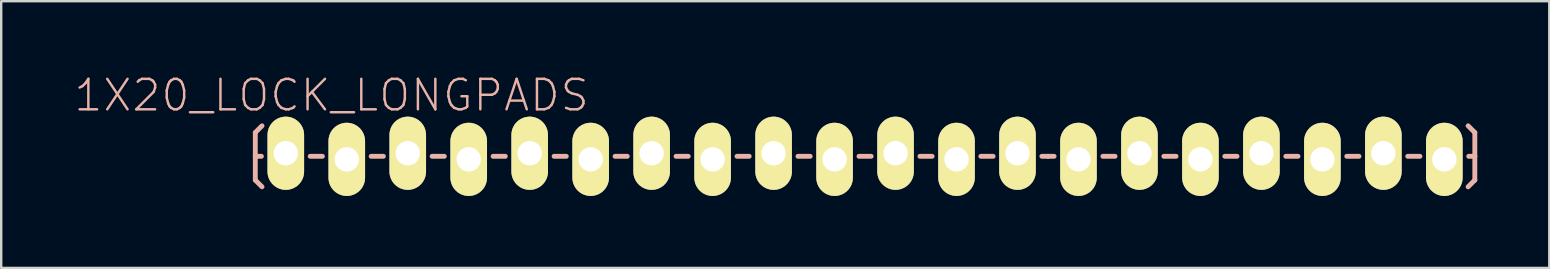
<source format=kicad_pcb>
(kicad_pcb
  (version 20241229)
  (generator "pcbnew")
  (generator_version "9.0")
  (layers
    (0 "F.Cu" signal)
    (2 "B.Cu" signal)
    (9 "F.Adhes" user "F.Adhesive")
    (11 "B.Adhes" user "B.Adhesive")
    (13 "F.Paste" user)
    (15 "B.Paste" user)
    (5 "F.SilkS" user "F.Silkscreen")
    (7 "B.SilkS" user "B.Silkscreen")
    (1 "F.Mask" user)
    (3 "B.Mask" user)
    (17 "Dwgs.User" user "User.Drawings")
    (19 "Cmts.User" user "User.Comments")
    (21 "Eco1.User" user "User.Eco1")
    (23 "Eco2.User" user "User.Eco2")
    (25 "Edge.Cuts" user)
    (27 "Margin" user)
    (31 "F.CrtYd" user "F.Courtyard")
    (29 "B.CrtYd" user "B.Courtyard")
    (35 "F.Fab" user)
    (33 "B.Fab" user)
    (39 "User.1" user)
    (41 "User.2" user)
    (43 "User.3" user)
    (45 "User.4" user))
  (footprint "1X20_LOCK_LONGPADS"
    (layer "F.Cu")
    (at 8.855 3.461)
    (property "Reference" "1X20_LOCK_LONGPADS" (at 1.905 -2.54 0) (layer "B.SilkS") (effects (font (size 1.27 1.27) (thickness 0.102))))
    (attr exclude_from_pos_files exclude_from_bom)
    (fp_line (start -0.292 -0.292) (end 0.292 -0.292) (stroke (width 0.066) (type solid)) (layer "F.SilkS"))
    (fp_line (start -0.292 0.292) (end -0.292 -0.292) (stroke (width 0.066) (type solid)) (layer "F.SilkS"))
    (fp_line (start -0.292 0.292) (end 0.292 0.292) (stroke (width 0.066) (type solid)) (layer "F.SilkS"))
    (fp_line (start 0.292 0.292) (end 0.292 -0.292) (stroke (width 0.066) (type solid)) (layer "F.SilkS"))
    (fp_line (start 2.248 -0.292) (end 2.832 -0.292) (stroke (width 0.066) (type solid)) (layer "F.SilkS"))
    (fp_line (start 2.248 0.292) (end 2.248 -0.292) (stroke (width 0.066) (type solid)) (layer "F.SilkS"))
    (fp_line (start 2.248 0.292) (end 2.832 0.292) (stroke (width 0.066) (type solid)) (layer "F.SilkS"))
    (fp_line (start 2.832 0.292) (end 2.832 -0.292) (stroke (width 0.066) (type solid)) (layer "F.SilkS"))
    (fp_line (start 4.788 -0.292) (end 5.372 -0.292) (stroke (width 0.066) (type solid)) (layer "F.SilkS"))
    (fp_line (start 4.788 0.292) (end 4.788 -0.292) (stroke (width 0.066) (type solid)) (layer "F.SilkS"))
    (fp_line (start 4.788 0.292) (end 5.372 0.292) (stroke (width 0.066) (type solid)) (layer "F.SilkS"))
    (fp_line (start 5.372 0.292) (end 5.372 -0.292) (stroke (width 0.066) (type solid)) (layer "F.SilkS"))
    (fp_line (start 7.328 -0.292) (end 7.912 -0.292) (stroke (width 0.066) (type solid)) (layer "F.SilkS"))
    (fp_line (start 7.328 0.292) (end 7.328 -0.292) (stroke (width 0.066) (type solid)) (layer "F.SilkS"))
    (fp_line (start 7.328 0.292) (end 7.912 0.292) (stroke (width 0.066) (type solid)) (layer "F.SilkS"))
    (fp_line (start 7.912 0.292) (end 7.912 -0.292) (stroke (width 0.066) (type solid)) (layer "F.SilkS"))
    (fp_line (start 9.868 -0.292) (end 10.452 -0.292) (stroke (width 0.066) (type solid)) (layer "F.SilkS"))
    (fp_line (start 9.868 0.292) (end 9.868 -0.292) (stroke (width 0.066) (type solid)) (layer "F.SilkS"))
    (fp_line (start 9.868 0.292) (end 10.452 0.292) (stroke (width 0.066) (type solid)) (layer "F.SilkS"))
    (fp_line (start 10.452 0.292) (end 10.452 -0.292) (stroke (width 0.066) (type solid)) (layer "F.SilkS"))
    (fp_line (start 12.408 -0.292) (end 12.992 -0.292) (stroke (width 0.066) (type solid)) (layer "F.SilkS"))
    (fp_line (start 12.408 0.292) (end 12.408 -0.292) (stroke (width 0.066) (type solid)) (layer "F.SilkS"))
    (fp_line (start 12.408 0.292) (end 12.992 0.292) (stroke (width 0.066) (type solid)) (layer "F.SilkS"))
    (fp_line (start 12.992 0.292) (end 12.992 -0.292) (stroke (width 0.066) (type solid)) (layer "F.SilkS"))
    (fp_line (start 14.948 -0.292) (end 15.532 -0.292) (stroke (width 0.066) (type solid)) (layer "F.SilkS"))
    (fp_line (start 14.948 0.292) (end 14.948 -0.292) (stroke (width 0.066) (type solid)) (layer "F.SilkS"))
    (fp_line (start 14.948 0.292) (end 15.532 0.292) (stroke (width 0.066) (type solid)) (layer "F.SilkS"))
    (fp_line (start 15.532 0.292) (end 15.532 -0.292) (stroke (width 0.066) (type solid)) (layer "F.SilkS"))
    (fp_line (start 17.488 -0.292) (end 18.072 -0.292) (stroke (width 0.066) (type solid)) (layer "F.SilkS"))
    (fp_line (start 17.488 0.292) (end 17.488 -0.292) (stroke (width 0.066) (type solid)) (layer "F.SilkS"))
    (fp_line (start 17.488 0.292) (end 18.072 0.292) (stroke (width 0.066) (type solid)) (layer "F.SilkS"))
    (fp_line (start 18.072 0.292) (end 18.072 -0.292) (stroke (width 0.066) (type solid)) (layer "F.SilkS"))
    (fp_line (start 20.028 -0.292) (end 20.612 -0.292) (stroke (width 0.066) (type solid)) (layer "F.SilkS"))
    (fp_line (start 20.028 0.292) (end 20.028 -0.292) (stroke (width 0.066) (type solid)) (layer "F.SilkS"))
    (fp_line (start 20.028 0.292) (end 20.612 0.292) (stroke (width 0.066) (type solid)) (layer "F.SilkS"))
    (fp_line (start 20.612 0.292) (end 20.612 -0.292) (stroke (width 0.066) (type solid)) (layer "F.SilkS"))
    (fp_line (start 22.568 -0.292) (end 23.152 -0.292) (stroke (width 0.066) (type solid)) (layer "F.SilkS"))
    (fp_line (start 22.568 0.292) (end 22.568 -0.292) (stroke (width 0.066) (type solid)) (layer "F.SilkS"))
    (fp_line (start 22.568 0.292) (end 23.152 0.292) (stroke (width 0.066) (type solid)) (layer "F.SilkS"))
    (fp_line (start 23.152 0.292) (end 23.152 -0.292) (stroke (width 0.066) (type solid)) (layer "F.SilkS"))
    (fp_line (start 25.108 -0.292) (end 25.692 -0.292) (stroke (width 0.066) (type solid)) (layer "F.SilkS"))
    (fp_line (start 25.108 0.292) (end 25.108 -0.292) (stroke (width 0.066) (type solid)) (layer "F.SilkS"))
    (fp_line (start 25.108 0.292) (end 25.692 0.292) (stroke (width 0.066) (type solid)) (layer "F.SilkS"))
    (fp_line (start 25.692 0.292) (end 25.692 -0.292) (stroke (width 0.066) (type solid)) (layer "F.SilkS"))
    (fp_line (start 27.648 -0.292) (end 28.232 -0.292) (stroke (width 0.066) (type solid)) (layer "F.SilkS"))
    (fp_line (start 27.648 0.292) (end 27.648 -0.292) (stroke (width 0.066) (type solid)) (layer "F.SilkS"))
    (fp_line (start 27.648 0.292) (end 28.232 0.292) (stroke (width 0.066) (type solid)) (layer "F.SilkS"))
    (fp_line (start 28.232 0.292) (end 28.232 -0.292) (stroke (width 0.066) (type solid)) (layer "F.SilkS"))
    (fp_line (start 30.185 -0.292) (end 30.772 -0.292) (stroke (width 0.066) (type solid)) (layer "F.SilkS"))
    (fp_line (start 30.185 0.292) (end 30.185 -0.292) (stroke (width 0.066) (type solid)) (layer "F.SilkS"))
    (fp_line (start 30.185 0.292) (end 30.772 0.292) (stroke (width 0.066) (type solid)) (layer "F.SilkS"))
    (fp_line (start 30.772 0.292) (end 30.772 -0.292) (stroke (width 0.066) (type solid)) (layer "F.SilkS"))
    (fp_line (start 32.728 -0.292) (end 33.312 -0.292) (stroke (width 0.066) (type solid)) (layer "F.SilkS"))
    (fp_line (start 32.728 0.292) (end 32.728 -0.292) (stroke (width 0.066) (type solid)) (layer "F.SilkS"))
    (fp_line (start 32.728 0.292) (end 33.312 0.292) (stroke (width 0.066) (type solid)) (layer "F.SilkS"))
    (fp_line (start 33.312 0.292) (end 33.312 -0.292) (stroke (width 0.066) (type solid)) (layer "F.SilkS"))
    (fp_line (start 35.268 -0.292) (end 35.852 -0.292) (stroke (width 0.066) (type solid)) (layer "F.SilkS"))
    (fp_line (start 35.268 0.292) (end 35.268 -0.292) (stroke (width 0.066) (type solid)) (layer "F.SilkS"))
    (fp_line (start 35.268 0.292) (end 35.852 0.292) (stroke (width 0.066) (type solid)) (layer "F.SilkS"))
    (fp_line (start 35.852 0.292) (end 35.852 -0.292) (stroke (width 0.066) (type solid)) (layer "F.SilkS"))
    (fp_line (start 37.808 -0.292) (end 38.392 -0.292) (stroke (width 0.066) (type solid)) (layer "F.SilkS"))
    (fp_line (start 37.808 0.292) (end 37.808 -0.292) (stroke (width 0.066) (type solid)) (layer "F.SilkS"))
    (fp_line (start 37.808 0.292) (end 38.392 0.292) (stroke (width 0.066) (type solid)) (layer "F.SilkS"))
    (fp_line (start 38.392 0.292) (end 38.392 -0.292) (stroke (width 0.066) (type solid)) (layer "F.SilkS"))
    (fp_line (start 40.348 -0.292) (end 40.932 -0.292) (stroke (width 0.066) (type solid)) (layer "F.SilkS"))
    (fp_line (start 40.348 0.292) (end 40.348 -0.292) (stroke (width 0.066) (type solid)) (layer "F.SilkS"))
    (fp_line (start 40.348 0.292) (end 40.932 0.292) (stroke (width 0.066) (type solid)) (layer "F.SilkS"))
    (fp_line (start 40.932 0.292) (end 40.932 -0.292) (stroke (width 0.066) (type solid)) (layer "F.SilkS"))
    (fp_line (start 42.888 -0.292) (end 43.472 -0.292) (stroke (width 0.066) (type solid)) (layer "F.SilkS"))
    (fp_line (start 42.888 0.292) (end 42.888 -0.292) (stroke (width 0.066) (type solid)) (layer "F.SilkS"))
    (fp_line (start 42.888 0.292) (end 43.472 0.292) (stroke (width 0.066) (type solid)) (layer "F.SilkS"))
    (fp_line (start 43.472 0.292) (end 43.472 -0.292) (stroke (width 0.066) (type solid)) (layer "F.SilkS"))
    (fp_line (start 45.428 -0.292) (end 46.012 -0.292) (stroke (width 0.066) (type solid)) (layer "F.SilkS"))
    (fp_line (start 45.428 0.292) (end 45.428 -0.292) (stroke (width 0.066) (type solid)) (layer "F.SilkS"))
    (fp_line (start 45.428 0.292) (end 46.012 0.292) (stroke (width 0.066) (type solid)) (layer "F.SilkS"))
    (fp_line (start 46.012 0.292) (end 46.012 -0.292) (stroke (width 0.066) (type solid)) (layer "F.SilkS"))
    (fp_line (start 47.968 -0.292) (end 48.552 -0.292) (stroke (width 0.066) (type solid)) (layer "F.SilkS"))
    (fp_line (start 47.968 0.292) (end 47.968 -0.292) (stroke (width 0.066) (type solid)) (layer "F.SilkS"))
    (fp_line (start 47.968 0.292) (end 48.552 0.292) (stroke (width 0.066) (type solid)) (layer "F.SilkS"))
    (fp_line (start 48.552 0.292) (end 48.552 -0.292) (stroke (width 0.066) (type solid)) (layer "F.SilkS"))
    (fp_line (start -1.27 -0.991) (end -0.991 -1.27) (stroke (width 0.203) (type solid)) (layer "B.SilkS"))
    (fp_line (start -1.27 0) (end -1.27 -0.991) (stroke (width 0.203) (type solid)) (layer "B.SilkS"))
    (fp_line (start -1.27 0) (end -1.27 0.991) (stroke (width 0.203) (type solid)) (layer "B.SilkS"))
    (fp_line (start -1.27 0) (end -1.016 0) (stroke (width 0.203) (type solid)) (layer "B.SilkS"))
    (fp_line (start -1.27 0.991) (end -0.991 1.27) (stroke (width 0.203) (type solid)) (layer "B.SilkS"))
    (fp_line (start 1.524 0) (end 1.016 0) (stroke (width 0.203) (type solid)) (layer "B.SilkS"))
    (fp_line (start 4.064 0) (end 3.556 0) (stroke (width 0.203) (type solid)) (layer "B.SilkS"))
    (fp_line (start 6.604 0) (end 6.096 0) (stroke (width 0.203) (type solid)) (layer "B.SilkS"))
    (fp_line (start 9.144 0) (end 8.636 0) (stroke (width 0.203) (type solid)) (layer "B.SilkS"))
    (fp_line (start 11.684 0) (end 11.176 0) (stroke (width 0.203) (type solid)) (layer "B.SilkS"))
    (fp_line (start 14.224 0) (end 13.716 0) (stroke (width 0.203) (type solid)) (layer "B.SilkS"))
    (fp_line (start 16.764 0) (end 16.256 0) (stroke (width 0.203) (type solid)) (layer "B.SilkS"))
    (fp_line (start 19.304 0) (end 18.796 0) (stroke (width 0.203) (type solid)) (layer "B.SilkS"))
    (fp_line (start 21.844 0) (end 21.336 0) (stroke (width 0.203) (type solid)) (layer "B.SilkS"))
    (fp_line (start 24.384 0) (end 23.876 0) (stroke (width 0.203) (type solid)) (layer "B.SilkS"))
    (fp_line (start 26.924 0) (end 26.416 0) (stroke (width 0.203) (type solid)) (layer "B.SilkS"))
    (fp_line (start 29.464 0) (end 28.953 0) (stroke (width 0.203) (type solid)) (layer "B.SilkS"))
    (fp_line (start 31.75 0) (end 31.496 0) (stroke (width 0.203) (type solid)) (layer "B.SilkS"))
    (fp_line (start 32.004 0) (end 31.75 0) (stroke (width 0.203) (type solid)) (layer "B.SilkS"))
    (fp_line (start 34.544 0) (end 34.036 0) (stroke (width 0.203) (type solid)) (layer "B.SilkS"))
    (fp_line (start 37.084 0) (end 36.576 0) (stroke (width 0.203) (type solid)) (layer "B.SilkS"))
    (fp_line (start 39.624 0) (end 39.116 0) (stroke (width 0.203) (type solid)) (layer "B.SilkS"))
    (fp_line (start 42.164 0) (end 41.656 0) (stroke (width 0.203) (type solid)) (layer "B.SilkS"))
    (fp_line (start 44.704 0) (end 44.196 0) (stroke (width 0.203) (type solid)) (layer "B.SilkS"))
    (fp_line (start 47.244 0) (end 46.736 0) (stroke (width 0.203) (type solid)) (layer "B.SilkS"))
    (fp_line (start 49.53 -0.991) (end 49.251 -1.27) (stroke (width 0.203) (type solid)) (layer "B.SilkS"))
    (fp_line (start 49.53 0) (end 49.276 0) (stroke (width 0.203) (type solid)) (layer "B.SilkS"))
    (fp_line (start 49.53 0) (end 49.53 -0.991) (stroke (width 0.203) (type solid)) (layer "B.SilkS"))
    (fp_line (start 49.53 0) (end 49.53 0.991) (stroke (width 0.203) (type solid)) (layer "B.SilkS"))
    (fp_line (start 49.53 0.991) (end 49.251 1.27) (stroke (width 0.203) (type solid)) (layer "B.SilkS"))
    (pad "1" thru_hole oval (at 0 -0.127 180) (size 1.524 3.048) (drill 1.016) (layers "*.Cu" "F.Mask" "F.SilkS" "F.Paste"))
    (pad "2" thru_hole oval (at 2.54 0.127 180) (size 1.524 3.048) (drill 1.016) (layers "*.Cu" "F.Mask" "F.SilkS" "F.Paste"))
    (pad "3" thru_hole oval (at 5.08 -0.127 180) (size 1.524 3.048) (drill 1.016) (layers "*.Cu" "F.Mask" "F.SilkS" "F.Paste"))
    (pad "4" thru_hole oval (at 7.62 0.127 180) (size 1.524 3.048) (drill 1.016) (layers "*.Cu" "F.Mask" "F.SilkS" "F.Paste"))
    (pad "5" thru_hole oval (at 10.16 -0.127 180) (size 1.524 3.048) (drill 1.016) (layers "*.Cu" "F.Mask" "F.SilkS" "F.Paste"))
    (pad "6" thru_hole oval (at 12.7 0.127 180) (size 1.524 3.048) (drill 1.016) (layers "*.Cu" "F.Mask" "F.SilkS" "F.Paste"))
    (pad "7" thru_hole oval (at 15.24 -0.127 180) (size 1.524 3.048) (drill 1.016) (layers "*.Cu" "F.Mask" "F.SilkS" "F.Paste"))
    (pad "8" thru_hole oval (at 17.78 0.127 180) (size 1.524 3.048) (drill 1.016) (layers "*.Cu" "F.Mask" "F.SilkS" "F.Paste"))
    (pad "9" thru_hole oval (at 20.32 -0.127 180) (size 1.524 3.048) (drill 1.016) (layers "*.Cu" "F.Mask" "F.SilkS" "F.Paste"))
    (pad "10" thru_hole oval (at 22.86 0.127 180) (size 1.524 3.048) (drill 1.016) (layers "*.Cu" "F.Mask" "F.SilkS" "F.Paste"))
    (pad "11" thru_hole oval (at 25.4 -0.127 180) (size 1.524 3.048) (drill 1.016) (layers "*.Cu" "F.Mask" "F.SilkS" "F.Paste"))
    (pad "12" thru_hole oval (at 27.94 0.127 180) (size 1.524 3.048) (drill 1.016) (layers "*.Cu" "F.Mask" "F.SilkS" "F.Paste"))
    (pad "13" thru_hole oval (at 30.48 -0.127 180) (size 1.524 3.048) (drill 1.016) (layers "*.Cu" "F.Mask" "F.SilkS" "F.Paste"))
    (pad "14" thru_hole oval (at 33.02 0.127 180) (size 1.524 3.048) (drill 1.016) (layers "*.Cu" "F.Mask" "F.SilkS" "F.Paste"))
    (pad "15" thru_hole oval (at 35.56 -0.127 180) (size 1.524 3.048) (drill 1.016) (layers "*.Cu" "F.Mask" "F.SilkS" "F.Paste"))
    (pad "16" thru_hole oval (at 38.1 0.127 180) (size 1.524 3.048) (drill 1.016) (layers "*.Cu" "F.Mask" "F.SilkS" "F.Paste"))
    (pad "17" thru_hole oval (at 40.64 -0.127 180) (size 1.524 3.048) (drill 1.016) (layers "*.Cu" "F.Mask" "F.SilkS" "F.Paste"))
    (pad "18" thru_hole oval (at 43.18 0.127 180) (size 1.524 3.048) (drill 1.016) (layers "*.Cu" "F.Mask" "F.SilkS" "F.Paste"))
    (pad "19" thru_hole oval (at 45.72 -0.127 180) (size 1.524 3.048) (drill 1.016) (layers "*.Cu" "F.Mask" "F.SilkS" "F.Paste"))
    (pad "20" thru_hole oval (at 48.26 0.127 180) (size 1.524 3.048) (drill 1.016) (layers "*.Cu" "F.Mask" "F.SilkS" "F.Paste")))
  (gr_rect
    (start -3 -3)
    (end 61.487 8.112)
    (stroke (width 0.1) (type default))
    (fill no)
    (layer "Edge.Cuts")))
</source>
